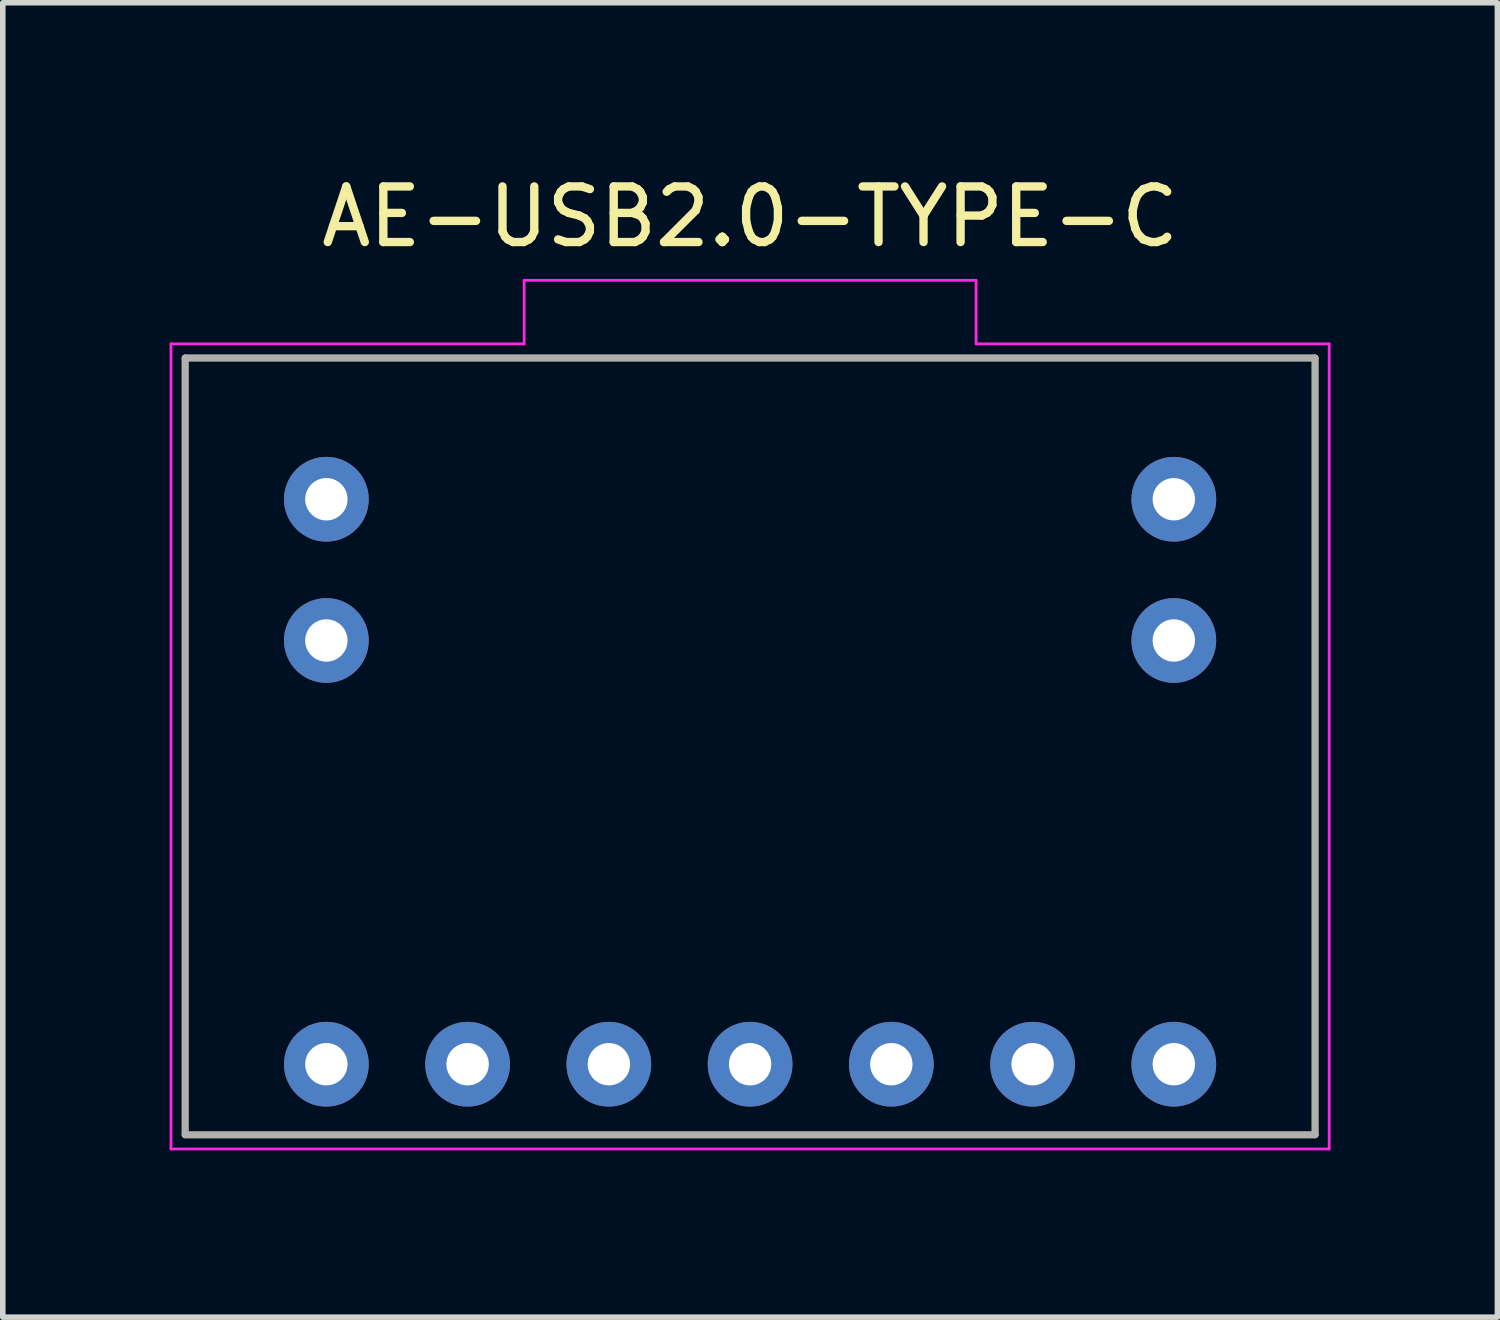
<source format=kicad_pcb>
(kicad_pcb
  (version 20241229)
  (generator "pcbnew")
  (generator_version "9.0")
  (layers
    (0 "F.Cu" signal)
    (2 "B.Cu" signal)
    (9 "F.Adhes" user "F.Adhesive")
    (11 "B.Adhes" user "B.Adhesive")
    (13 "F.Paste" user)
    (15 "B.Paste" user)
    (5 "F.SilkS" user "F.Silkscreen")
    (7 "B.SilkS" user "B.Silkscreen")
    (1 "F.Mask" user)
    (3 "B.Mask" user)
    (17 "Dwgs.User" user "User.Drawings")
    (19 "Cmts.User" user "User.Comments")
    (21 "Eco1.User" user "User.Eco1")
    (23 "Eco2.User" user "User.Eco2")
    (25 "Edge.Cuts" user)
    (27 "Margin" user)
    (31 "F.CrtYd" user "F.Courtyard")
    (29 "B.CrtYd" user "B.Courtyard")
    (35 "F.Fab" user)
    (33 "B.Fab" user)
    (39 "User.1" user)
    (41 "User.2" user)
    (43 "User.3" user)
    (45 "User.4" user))
  (footprint "AE-USB2.0-TYPE-C"
    (layer "F.Cu")
    (at 10.439 9.738)
    (property "Reference" "AE-USB2.0-TYPE-C" (at 0 -8.89 0) (layer "F.SilkS") (effects (font (size 1 1) (thickness 0.15))))
    (attr through_hole)
    (fp_line (start -10.16 -6.35) (end -10.16 7.62) (stroke (width 0.12) (type solid)) (layer "F.SilkS"))
    (fp_line (start -10.16 -6.35) (end 10.16 -6.35) (stroke (width 0.12) (type solid)) (layer "F.SilkS"))
    (fp_line (start -10.16 7.62) (end 10.16 7.62) (stroke (width 0.12) (type solid)) (layer "F.SilkS"))
    (fp_line (start 10.16 7.62) (end 10.16 -6.35) (stroke (width 0.12) (type solid)) (layer "F.SilkS"))
    (fp_line (start -10.414 -6.604) (end -4.064 -6.604) (stroke (width 0.05) (type solid)) (layer "F.CrtYd"))
    (fp_line (start -10.414 7.874) (end -10.414 -6.604) (stroke (width 0.05) (type solid)) (layer "F.CrtYd"))
    (fp_line (start -4.064 -7.747) (end 4.064 -7.747) (stroke (width 0.05) (type solid)) (layer "F.CrtYd"))
    (fp_line (start -4.064 -6.604) (end -4.064 -7.747) (stroke (width 0.05) (type solid)) (layer "F.CrtYd"))
    (fp_line (start 4.064 -7.747) (end 4.064 -6.604) (stroke (width 0.05) (type solid)) (layer "F.CrtYd"))
    (fp_line (start 4.064 -6.604) (end 10.414 -6.604) (stroke (width 0.05) (type solid)) (layer "F.CrtYd"))
    (fp_line (start 10.414 -6.604) (end 10.414 7.874) (stroke (width 0.05) (type solid)) (layer "F.CrtYd"))
    (fp_line (start 10.414 7.874) (end -10.414 7.874) (stroke (width 0.05) (type solid)) (layer "F.CrtYd"))
    (fp_line (start -10.16 -6.35) (end -10.16 7.62) (stroke (width 0.12) (type solid)) (layer "F.Fab"))
    (fp_line (start -10.16 7.62) (end 10.16 7.62) (stroke (width 0.12) (type solid)) (layer "F.Fab"))
    (fp_line (start 10.16 -6.35) (end -10.16 -6.35) (stroke (width 0.12) (type solid)) (layer "F.Fab"))
    (fp_line (start 10.16 7.62) (end 10.16 -6.35) (stroke (width 0.12) (type solid)) (layer "F.Fab"))
    (pad "" thru_hole circle (at -7.62 -3.81) (size 1.524 1.524) (drill 0.762) (layers "*.Cu" "*.Mask"))
    (pad "" thru_hole circle (at -7.62 -1.27) (size 1.524 1.524) (drill 0.762) (layers "*.Cu" "*.Mask"))
    (pad "" thru_hole circle (at 7.62 -3.81) (size 1.524 1.524) (drill 0.762) (layers "*.Cu" "*.Mask"))
    (pad "" thru_hole circle (at 7.62 -1.27) (size 1.524 1.524) (drill 0.762) (layers "*.Cu" "*.Mask"))
    (pad "A1" thru_hole circle (at 0 6.35) (size 1.524 1.524) (drill 0.762) (layers "*.Cu" "*.Mask"))
    (pad "A4" thru_hole circle (at -7.62 6.35) (size 1.524 1.524) (drill 0.762) (layers "*.Cu" "*.Mask"))
    (pad "A5" thru_hole circle (at 2.54 6.35) (size 1.524 1.524) (drill 0.762) (layers "*.Cu" "*.Mask"))
    (pad "A6" thru_hole circle (at -2.54 6.35) (size 1.524 1.524) (drill 0.762) (layers "*.Cu" "*.Mask"))
    (pad "A7" thru_hole circle (at -5.08 6.35) (size 1.524 1.524) (drill 0.762) (layers "*.Cu" "*.Mask"))
    (pad "B5" thru_hole circle (at 5.08 6.35) (size 1.524 1.524) (drill 0.762) (layers "*.Cu" "*.Mask"))
    (pad "S1" thru_hole circle (at 7.62 6.35) (size 1.524 1.524) (drill 0.762) (layers "*.Cu" "*.Mask")))
  (gr_rect
    (start -3 -3)
    (end 23.878 20.637)
    (stroke (width 0.1) (type default))
    (fill no)
    (layer "Edge.Cuts")))
</source>
